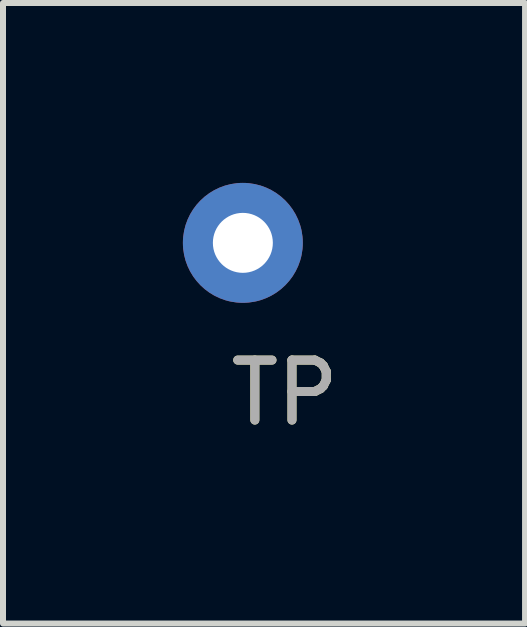
<source format=kicad_pcb>
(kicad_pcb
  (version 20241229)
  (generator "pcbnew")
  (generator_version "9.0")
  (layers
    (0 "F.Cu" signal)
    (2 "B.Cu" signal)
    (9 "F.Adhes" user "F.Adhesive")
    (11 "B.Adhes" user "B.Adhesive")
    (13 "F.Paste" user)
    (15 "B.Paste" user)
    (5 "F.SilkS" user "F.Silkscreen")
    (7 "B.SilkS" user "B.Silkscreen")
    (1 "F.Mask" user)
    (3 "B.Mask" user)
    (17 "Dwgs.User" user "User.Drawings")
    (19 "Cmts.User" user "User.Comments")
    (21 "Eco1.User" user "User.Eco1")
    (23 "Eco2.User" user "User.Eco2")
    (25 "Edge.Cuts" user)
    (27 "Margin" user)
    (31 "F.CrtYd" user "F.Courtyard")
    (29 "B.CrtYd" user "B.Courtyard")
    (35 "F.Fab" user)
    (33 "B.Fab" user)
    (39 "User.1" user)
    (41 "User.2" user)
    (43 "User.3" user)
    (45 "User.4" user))
  (footprint "TP"
    (layer "F.Cu")
    (at 1 1)
    (property "Reference" "TP" (at 0.7 2.5 0) (layer "F.SilkS") (effects (font (size 1 1) (thickness 0.15))))
    (attr through_hole)
    (fp_text user "${REFERENCE}" (at 0.7 2.5 0) (layer "F.Fab") (effects (font (size 1 1) (thickness 0.15))))
    (pad "1" thru_hole circle (at 0 0) (size 2 2) (drill 1) (layers "*.Cu" "*.Mask")))
  (gr_rect
    (start -3 -3)
    (end 5.706 7.348)
    (stroke (width 0.1) (type default))
    (fill no)
    (layer "Edge.Cuts")))
</source>
